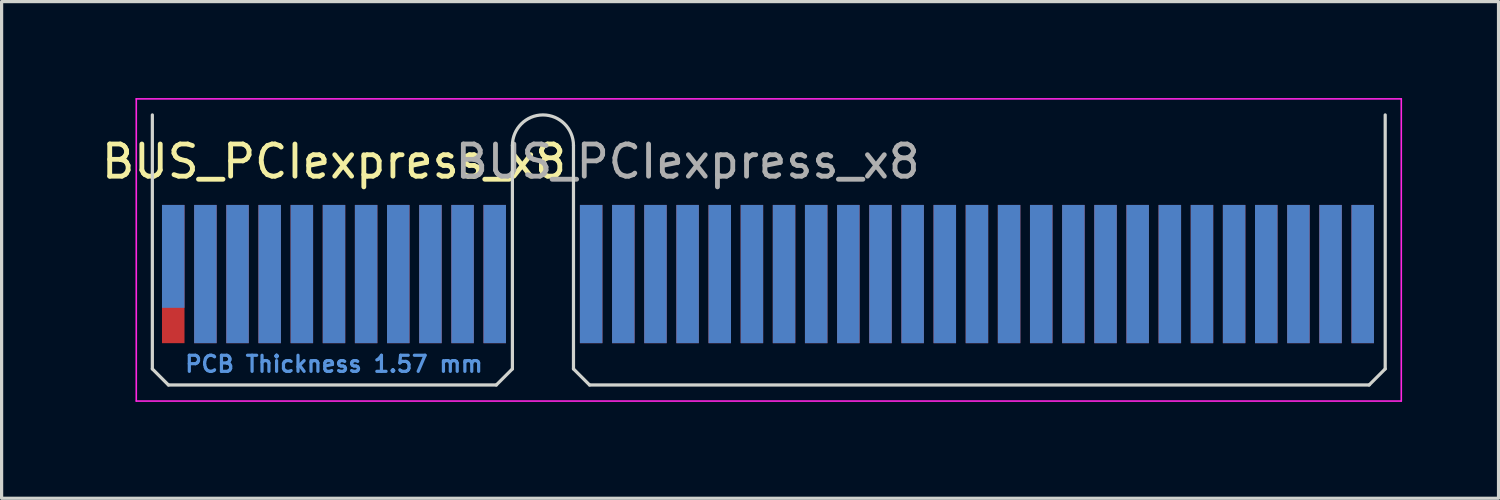
<source format=kicad_pcb>
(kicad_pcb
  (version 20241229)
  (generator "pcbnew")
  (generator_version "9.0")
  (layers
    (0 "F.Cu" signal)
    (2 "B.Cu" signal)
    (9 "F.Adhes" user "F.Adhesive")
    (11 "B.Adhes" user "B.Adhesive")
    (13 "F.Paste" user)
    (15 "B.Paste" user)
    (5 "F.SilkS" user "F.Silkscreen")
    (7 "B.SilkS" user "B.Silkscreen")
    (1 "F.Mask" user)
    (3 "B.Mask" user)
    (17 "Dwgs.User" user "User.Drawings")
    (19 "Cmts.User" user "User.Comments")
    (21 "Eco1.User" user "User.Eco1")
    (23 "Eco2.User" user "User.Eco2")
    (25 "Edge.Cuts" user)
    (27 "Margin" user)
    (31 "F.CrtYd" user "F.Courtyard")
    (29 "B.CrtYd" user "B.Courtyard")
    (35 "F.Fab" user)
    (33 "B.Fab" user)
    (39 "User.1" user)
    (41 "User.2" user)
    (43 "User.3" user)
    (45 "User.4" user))
  (footprint "BUS_PCIexpress_x8"
    (layer "F.Cu")
    (at 2.339 5.475)
    (property "Reference" "BUS_PCIexpress_x8" (at 5 -3.5 0) (layer "F.SilkS") (effects (font (size 1 1) (thickness 0.15))))
    (attr exclude_from_pos_files exclude_from_bom)
    (fp_line (start -0.65 -4.95) (end -0.65 2.95) (stroke (width 0.1) (type solid)) (layer "Edge.Cuts"))
    (fp_line (start -0.65 2.95) (end -0.15 3.45) (stroke (width 0.1) (type solid)) (layer "Edge.Cuts"))
    (fp_line (start -0.15 3.45) (end 10.05 3.45) (stroke (width 0.1) (type solid)) (layer "Edge.Cuts"))
    (fp_line (start 10.55 -4) (end 10.55 2.95) (stroke (width 0.1) (type solid)) (layer "Edge.Cuts"))
    (fp_line (start 10.55 2.95) (end 10.05 3.45) (stroke (width 0.1) (type solid)) (layer "Edge.Cuts"))
    (fp_line (start 12.45 -4) (end 12.45 2.95) (stroke (width 0.1) (type solid)) (layer "Edge.Cuts"))
    (fp_line (start 12.45 2.95) (end 12.95 3.45) (stroke (width 0.1) (type solid)) (layer "Edge.Cuts"))
    (fp_line (start 12.95 3.45) (end 37.2 3.45) (stroke (width 0.1) (type solid)) (layer "Edge.Cuts"))
    (fp_line (start 37.7 -4.95) (end 37.7 2.95) (stroke (width 0.1) (type solid)) (layer "Edge.Cuts"))
    (fp_line (start 37.7 2.95) (end 37.2 3.45) (stroke (width 0.1) (type solid)) (layer "Edge.Cuts"))
    (fp_arc (start 10.55 -4) (mid 11.5 -4.95) (end 12.45 -4) (stroke (width 0.1) (type solid)) (layer "Edge.Cuts"))
    (fp_line (start -1.15 -5.45) (end -1.15 3.95) (stroke (width 0.05) (type solid)) (layer "F.CrtYd"))
    (fp_line (start -1.15 -5.45) (end 38.2 -5.45) (stroke (width 0.05) (type solid)) (layer "F.CrtYd"))
    (fp_line (start 38.2 3.95) (end -1.15 3.95) (stroke (width 0.05) (type solid)) (layer "F.CrtYd"))
    (fp_line (start 38.2 3.95) (end 38.2 -5.45) (stroke (width 0.05) (type solid)) (layer "F.CrtYd"))
    (fp_text user "PCB Thickness 1.57 mm" (at 5 2.8 180) (layer "Cmts.User") (effects (font (size 0.5 0.5) (thickness 0.1))))
    (fp_text user "${REFERENCE}" (at 16 -3.5 0) (layer "F.Fab") (effects (font (size 1 1) (thickness 0.15))))
    (pad "A1" connect rect (at 0 -0.55) (size 0.7 3.2) (layers "B.Cu" "B.Mask"))
    (pad "A2" connect rect (at 1 0) (size 0.7 4.3) (layers "B.Cu" "B.Mask"))
    (pad "A3" connect rect (at 2 0) (size 0.7 4.3) (layers "B.Cu" "B.Mask"))
    (pad "A4" connect rect (at 3 0) (size 0.7 4.3) (layers "B.Cu" "B.Mask"))
    (pad "A5" connect rect (at 4 0) (size 0.7 4.3) (layers "B.Cu" "B.Mask"))
    (pad "A6" connect rect (at 5 0) (size 0.7 4.3) (layers "B.Cu" "B.Mask"))
    (pad "A7" connect rect (at 6 0) (size 0.7 4.3) (layers "B.Cu" "B.Mask"))
    (pad "A8" connect rect (at 7 0) (size 0.7 4.3) (layers "B.Cu" "B.Mask"))
    (pad "A9" connect rect (at 8 0) (size 0.7 4.3) (layers "B.Cu" "B.Mask"))
    (pad "A10" connect rect (at 9 0) (size 0.7 4.3) (layers "B.Cu" "B.Mask"))
    (pad "A11" connect rect (at 10 0) (size 0.7 4.3) (layers "B.Cu" "B.Mask"))
    (pad "A12" connect rect (at 13 0) (size 0.7 4.3) (layers "B.Cu" "B.Mask"))
    (pad "A13" connect rect (at 14 0) (size 0.7 4.3) (layers "B.Cu" "B.Mask"))
    (pad "A14" connect rect (at 15 0) (size 0.7 4.3) (layers "B.Cu" "B.Mask"))
    (pad "A15" connect rect (at 16 0) (size 0.7 4.3) (layers "B.Cu" "B.Mask"))
    (pad "A16" connect rect (at 17 0) (size 0.7 4.3) (layers "B.Cu" "B.Mask"))
    (pad "A17" connect rect (at 18 0) (size 0.7 4.3) (layers "B.Cu" "B.Mask"))
    (pad "A18" connect rect (at 19 0) (size 0.7 4.3) (layers "B.Cu" "B.Mask"))
    (pad "A19" connect rect (at 20 0) (size 0.7 4.3) (layers "B.Cu" "B.Mask"))
    (pad "A20" connect rect (at 21 0) (size 0.7 4.3) (layers "B.Cu" "B.Mask"))
    (pad "A21" connect rect (at 22 0) (size 0.7 4.3) (layers "B.Cu" "B.Mask"))
    (pad "A22" connect rect (at 23 0) (size 0.7 4.3) (layers "B.Cu" "B.Mask"))
    (pad "A23" connect rect (at 24 0) (size 0.7 4.3) (layers "B.Cu" "B.Mask"))
    (pad "A24" connect rect (at 25 0) (size 0.7 4.3) (layers "B.Cu" "B.Mask"))
    (pad "A25" connect rect (at 26 0) (size 0.7 4.3) (layers "B.Cu" "B.Mask"))
    (pad "A26" connect rect (at 27 0) (size 0.7 4.3) (layers "B.Cu" "B.Mask"))
    (pad "A27" connect rect (at 28 0) (size 0.7 4.3) (layers "B.Cu" "B.Mask"))
    (pad "A28" connect rect (at 29 0) (size 0.7 4.3) (layers "B.Cu" "B.Mask"))
    (pad "A29" connect rect (at 30 0) (size 0.7 4.3) (layers "B.Cu" "B.Mask"))
    (pad "A30" connect rect (at 31 0) (size 0.7 4.3) (layers "B.Cu" "B.Mask"))
    (pad "A31" connect rect (at 32 0) (size 0.7 4.3) (layers "B.Cu" "B.Mask"))
    (pad "A32" connect rect (at 33 0) (size 0.7 4.3) (layers "B.Cu" "B.Mask"))
    (pad "A33" connect rect (at 34 0) (size 0.7 4.3) (layers "B.Cu" "B.Mask"))
    (pad "A34" connect rect (at 35 0) (size 0.7 4.3) (layers "B.Cu" "B.Mask"))
    (pad "A35" connect rect (at 36 0) (size 0.7 4.3) (layers "B.Cu" "B.Mask"))
    (pad "A36" connect rect (at 37 0) (size 0.7 4.3) (layers "B.Cu" "B.Mask"))
    (pad "B1" connect rect (at 0 0) (size 0.7 4.3) (layers "F.Cu" "F.Mask"))
    (pad "B2" connect rect (at 1 0) (size 0.7 4.3) (layers "F.Cu" "F.Mask"))
    (pad "B3" connect rect (at 2 0) (size 0.7 4.3) (layers "F.Cu" "F.Mask"))
    (pad "B4" connect rect (at 3 0) (size 0.7 4.3) (layers "F.Cu" "F.Mask"))
    (pad "B5" connect rect (at 4 0) (size 0.7 4.3) (layers "F.Cu" "F.Mask"))
    (pad "B6" connect rect (at 5 0) (size 0.7 4.3) (layers "F.Cu" "F.Mask"))
    (pad "B7" connect rect (at 6 0) (size 0.7 4.3) (layers "F.Cu" "F.Mask"))
    (pad "B8" connect rect (at 7 0) (size 0.7 4.3) (layers "F.Cu" "F.Mask"))
    (pad "B9" connect rect (at 8 0) (size 0.7 4.3) (layers "F.Cu" "F.Mask"))
    (pad "B10" connect rect (at 9 0) (size 0.7 4.3) (layers "F.Cu" "F.Mask"))
    (pad "B11" connect rect (at 10 0) (size 0.7 4.3) (layers "F.Cu" "F.Mask"))
    (pad "B12" connect rect (at 13 0) (size 0.7 4.3) (layers "F.Cu" "F.Mask"))
    (pad "B13" connect rect (at 14 0) (size 0.7 4.3) (layers "F.Cu" "F.Mask"))
    (pad "B14" connect rect (at 15 0) (size 0.7 4.3) (layers "F.Cu" "F.Mask"))
    (pad "B15" connect rect (at 16 0) (size 0.7 4.3) (layers "F.Cu" "F.Mask"))
    (pad "B16" connect rect (at 17 0) (size 0.7 4.3) (layers "F.Cu" "F.Mask"))
    (pad "B17" connect rect (at 18 0) (size 0.7 4.3) (layers "F.Cu" "F.Mask"))
    (pad "B18" connect rect (at 19 0) (size 0.7 4.3) (layers "F.Cu" "F.Mask"))
    (pad "B19" connect rect (at 20 0) (size 0.7 4.3) (layers "F.Cu" "F.Mask"))
    (pad "B20" connect rect (at 21 0) (size 0.7 4.3) (layers "F.Cu" "F.Mask"))
    (pad "B21" connect rect (at 22 0) (size 0.7 4.3) (layers "F.Cu" "F.Mask"))
    (pad "B22" connect rect (at 23 0) (size 0.7 4.3) (layers "F.Cu" "F.Mask"))
    (pad "B23" connect rect (at 24 0) (size 0.7 4.3) (layers "F.Cu" "F.Mask"))
    (pad "B24" connect rect (at 25 0) (size 0.7 4.3) (layers "F.Cu" "F.Mask"))
    (pad "B25" connect rect (at 26 0) (size 0.7 4.3) (layers "F.Cu" "F.Mask"))
    (pad "B26" connect rect (at 27 0) (size 0.7 4.3) (layers "F.Cu" "F.Mask"))
    (pad "B27" connect rect (at 28 0) (size 0.7 4.3) (layers "F.Cu" "F.Mask"))
    (pad "B28" connect rect (at 29 0) (size 0.7 4.3) (layers "F.Cu" "F.Mask"))
    (pad "B29" connect rect (at 30 0) (size 0.7 4.3) (layers "F.Cu" "F.Mask"))
    (pad "B30" connect rect (at 31 0) (size 0.7 4.3) (layers "F.Cu" "F.Mask"))
    (pad "B31" connect rect (at 32 0) (size 0.7 4.3) (layers "F.Cu" "F.Mask"))
    (pad "B32" connect rect (at 33 0) (size 0.7 4.3) (layers "F.Cu" "F.Mask"))
    (pad "B33" connect rect (at 34 0) (size 0.7 4.3) (layers "F.Cu" "F.Mask"))
    (pad "B34" connect rect (at 35 0) (size 0.7 4.3) (layers "F.Cu" "F.Mask"))
    (pad "B35" connect rect (at 36 0) (size 0.7 4.3) (layers "F.Cu" "F.Mask"))
    (pad "B36" connect rect (at 37 0) (size 0.7 4.3) (layers "F.Cu" "F.Mask")))
  (gr_rect
    (start -3 -3)
    (end 43.564 12.45)
    (stroke (width 0.1) (type default))
    (fill no)
    (layer "Edge.Cuts")))
</source>
